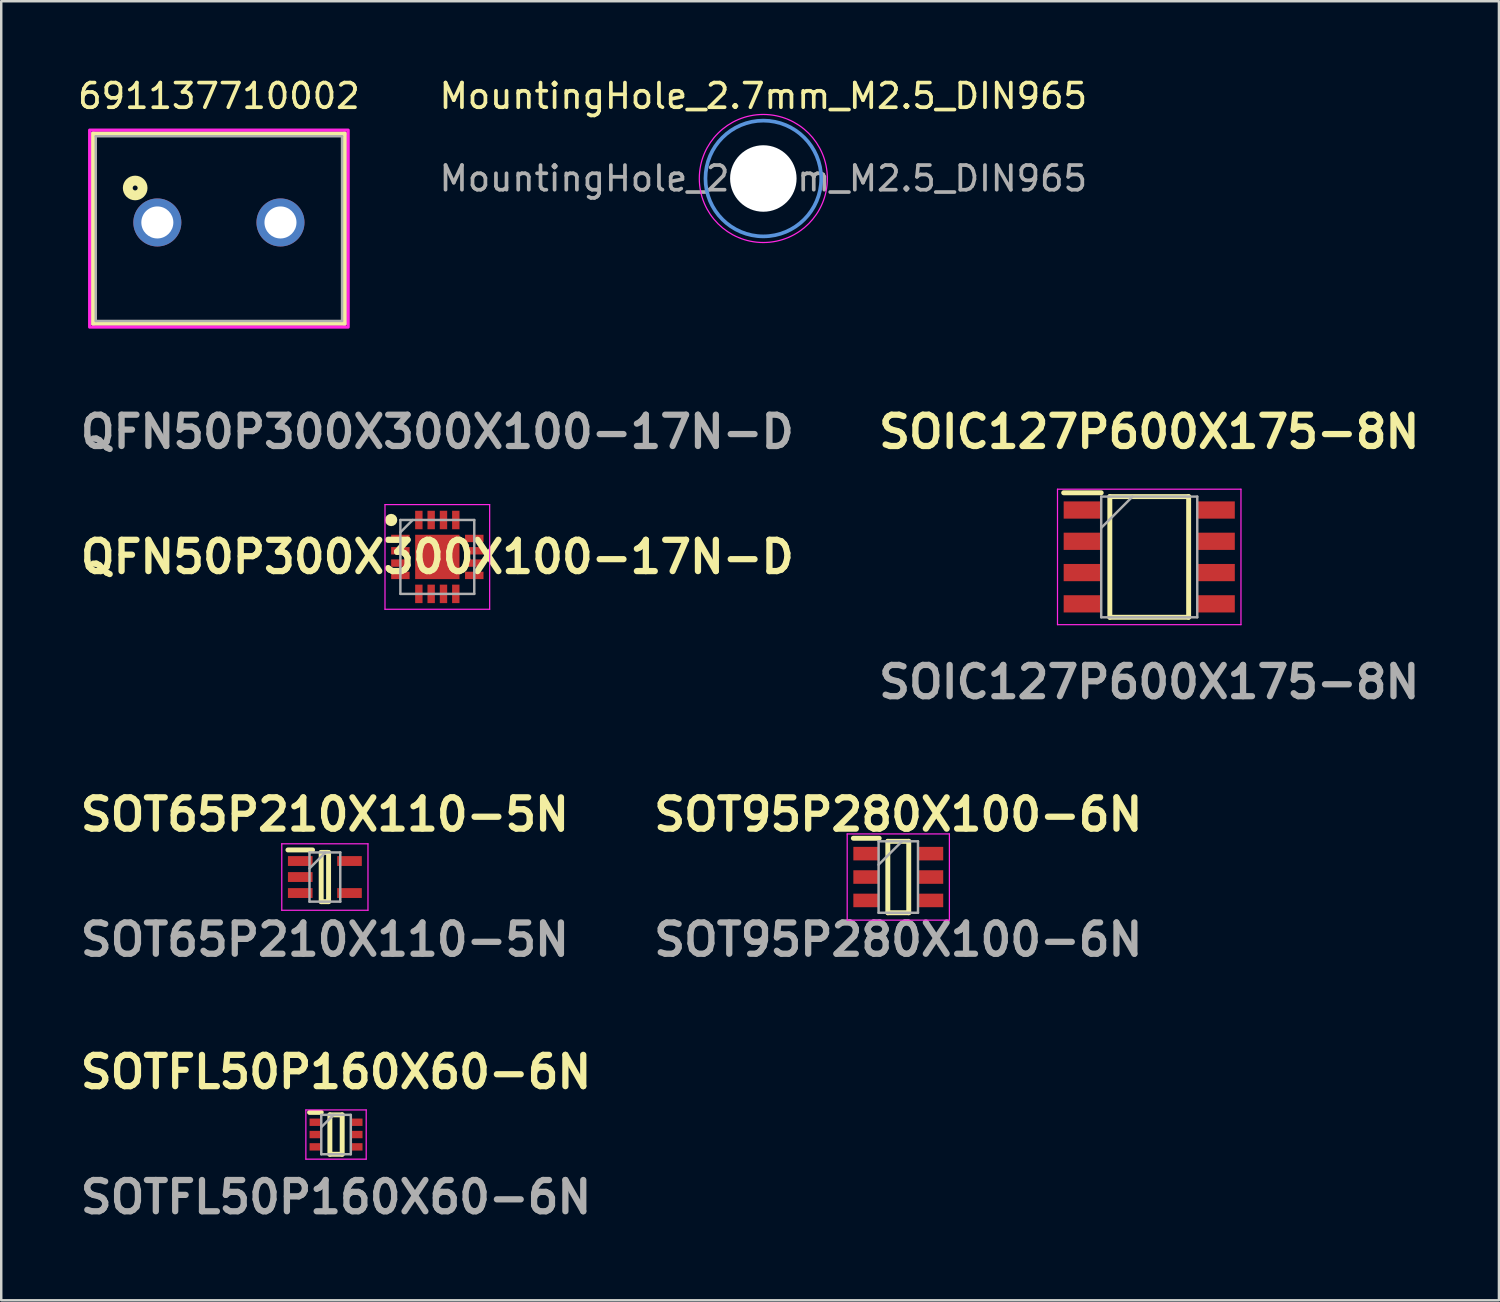
<source format=kicad_pcb>
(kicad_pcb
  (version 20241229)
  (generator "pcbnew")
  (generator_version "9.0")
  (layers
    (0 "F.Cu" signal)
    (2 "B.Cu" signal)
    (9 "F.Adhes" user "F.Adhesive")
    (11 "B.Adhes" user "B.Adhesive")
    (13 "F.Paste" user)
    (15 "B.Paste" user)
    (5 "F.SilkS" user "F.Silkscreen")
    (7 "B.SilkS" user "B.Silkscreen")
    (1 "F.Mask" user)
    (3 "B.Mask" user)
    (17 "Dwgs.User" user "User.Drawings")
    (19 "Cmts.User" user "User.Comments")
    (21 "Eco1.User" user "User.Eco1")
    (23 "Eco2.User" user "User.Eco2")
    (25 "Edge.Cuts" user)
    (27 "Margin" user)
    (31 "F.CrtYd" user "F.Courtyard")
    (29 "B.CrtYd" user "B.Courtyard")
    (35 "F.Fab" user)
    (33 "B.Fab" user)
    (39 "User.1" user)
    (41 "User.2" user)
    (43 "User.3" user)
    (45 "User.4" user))
  (footprint "691137710002"
    (layer "F.Cu")
    (at 5.839 5.983)
    (property "Reference" "691137710002" (at 0 -5.135 0) (layer "F.SilkS") (effects (font (size 1 1) (thickness 0.15))))
    (attr through_hole)
    (fp_line (start -5.1 -3.6) (end 5.1 -3.6) (stroke (width 0.2) (type solid)) (layer "F.SilkS"))
    (fp_line (start -5.1 4.1) (end -5.1 -3.6) (stroke (width 0.2) (type solid)) (layer "F.SilkS"))
    (fp_line (start 5.1 -3.6) (end 5.1 4.1) (stroke (width 0.2) (type solid)) (layer "F.SilkS"))
    (fp_line (start 5.1 4.1) (end -5.1 4.1) (stroke (width 0.2) (type solid)) (layer "F.SilkS"))
    (fp_circle (center -3.4 -1.4) (end -3.3 -1.4) (stroke (width 0.4) (type solid)) (fill no) (layer "F.SilkS"))
    (fp_poly (pts (xy -5.25 -3.75) (xy 5.25 -3.75) (xy 5.25 4.25) (xy -5.25 4.25)) (stroke (width 0.127) (type solid)) (fill no) (layer "F.CrtYd"))
    (fp_line (start -5 -3.5) (end 5 -3.5) (stroke (width 0.1) (type solid)) (layer "F.Fab"))
    (fp_line (start -5 4) (end -5 -3.5) (stroke (width 0.1) (type solid)) (layer "F.Fab"))
    (fp_line (start 5 -3.5) (end 5 4) (stroke (width 0.1) (type solid)) (layer "F.Fab"))
    (fp_line (start 5 4) (end -5 4) (stroke (width 0.1) (type solid)) (layer "F.Fab"))
    (pad "1" thru_hole circle (at -2.5 0) (size 1.95 1.95) (drill 1.3) (layers "*.Cu" "*.Mask"))
    (pad "2" thru_hole circle (at 2.5 0) (size 1.95 1.95) (drill 1.3) (layers "*.Cu" "*.Mask")))
  (footprint "QFN50P300X300X100-17N-D"
    (layer "F.Cu")
    (at 14.708 19.565)
    (property "Reference" "QFN50P300X300X100-17N-D" (at 0 0 0) (layer "F.SilkS") (effects (font (size 1.27 1.27) (thickness 0.254))))
    (attr smd)
    (fp_circle (center -1.875 -1.5) (end -1.875 -1.375) (stroke (width 0.25) (type solid)) (fill no) (layer "F.SilkS"))
    (fp_line (start -2.125 -2.125) (end 2.125 -2.125) (stroke (width 0.05) (type solid)) (layer "F.CrtYd"))
    (fp_line (start -2.125 2.125) (end -2.125 -2.125) (stroke (width 0.05) (type solid)) (layer "F.CrtYd"))
    (fp_line (start 2.125 -2.125) (end 2.125 2.125) (stroke (width 0.05) (type solid)) (layer "F.CrtYd"))
    (fp_line (start 2.125 2.125) (end -2.125 2.125) (stroke (width 0.05) (type solid)) (layer "F.CrtYd"))
    (fp_line (start -1.5 -1.5) (end 1.5 -1.5) (stroke (width 0.1) (type solid)) (layer "F.Fab"))
    (fp_line (start -1.5 -1) (end -1 -1.5) (stroke (width 0.1) (type solid)) (layer "F.Fab"))
    (fp_line (start -1.5 1.5) (end -1.5 -1.5) (stroke (width 0.1) (type solid)) (layer "F.Fab"))
    (fp_line (start 1.5 -1.5) (end 1.5 1.5) (stroke (width 0.1) (type solid)) (layer "F.Fab"))
    (fp_line (start 1.5 1.5) (end -1.5 1.5) (stroke (width 0.1) (type solid)) (layer "F.Fab"))
    (fp_text user "${REFERENCE}" (at 0 -5.08 0) (layer "F.Fab") (effects (font (size 1.27 1.27) (thickness 0.254))))
    (pad "1" smd rect (at -1.5 -0.75 90) (size 0.3 0.75) (layers "F.Cu" "F.Mask" "F.Paste"))
    (pad "2" smd rect (at -1.5 -0.25 90) (size 0.3 0.75) (layers "F.Cu" "F.Mask" "F.Paste"))
    (pad "3" smd rect (at -1.5 0.25 90) (size 0.3 0.75) (layers "F.Cu" "F.Mask" "F.Paste"))
    (pad "4" smd rect (at -1.5 0.75 90) (size 0.3 0.75) (layers "F.Cu" "F.Mask" "F.Paste"))
    (pad "5" smd rect (at -0.75 1.5) (size 0.3 0.75) (layers "F.Cu" "F.Mask" "F.Paste"))
    (pad "6" smd rect (at -0.25 1.5) (size 0.3 0.75) (layers "F.Cu" "F.Mask" "F.Paste"))
    (pad "7" smd rect (at 0.25 1.5) (size 0.3 0.75) (layers "F.Cu" "F.Mask" "F.Paste"))
    (pad "8" smd rect (at 0.75 1.5) (size 0.3 0.75) (layers "F.Cu" "F.Mask" "F.Paste"))
    (pad "9" smd rect (at 1.5 0.75 90) (size 0.3 0.75) (layers "F.Cu" "F.Mask" "F.Paste"))
    (pad "10" smd rect (at 1.5 0.25 90) (size 0.3 0.75) (layers "F.Cu" "F.Mask" "F.Paste"))
    (pad "11" smd rect (at 1.5 -0.25 90) (size 0.3 0.75) (layers "F.Cu" "F.Mask" "F.Paste"))
    (pad "12" smd rect (at 1.5 -0.75 90) (size 0.3 0.75) (layers "F.Cu" "F.Mask" "F.Paste"))
    (pad "13" smd rect (at 0.75 -1.5) (size 0.3 0.75) (layers "F.Cu" "F.Mask" "F.Paste"))
    (pad "14" smd rect (at 0.25 -1.5) (size 0.3 0.75) (layers "F.Cu" "F.Mask" "F.Paste"))
    (pad "15" smd rect (at -0.25 -1.5) (size 0.3 0.75) (layers "F.Cu" "F.Mask" "F.Paste"))
    (pad "16" smd rect (at -0.75 -1.5) (size 0.3 0.75) (layers "F.Cu" "F.Mask" "F.Paste"))
    (pad "17" smd rect (at 0 0) (size 1.8 1.8) (layers "F.Cu" "F.Mask" "F.Paste")))
  (footprint "SOIC127P600X175-8N"
    (layer "F.Cu")
    (at 43.616 19.565)
    (property "Reference" "SOIC127P600X175-8N" (at 0 -5.08 0) (layer "F.SilkS") (effects (font (size 1.27 1.27) (thickness 0.254))))
    (attr smd)
    (fp_line (start -3.475 -2.605) (end -1.95 -2.605) (stroke (width 0.2) (type solid)) (layer "F.SilkS"))
    (fp_line (start -1.6 -2.45) (end 1.6 -2.45) (stroke (width 0.2) (type solid)) (layer "F.SilkS"))
    (fp_line (start -1.6 2.45) (end -1.6 -2.45) (stroke (width 0.2) (type solid)) (layer "F.SilkS"))
    (fp_line (start 1.6 -2.45) (end 1.6 2.45) (stroke (width 0.2) (type solid)) (layer "F.SilkS"))
    (fp_line (start 1.6 2.45) (end -1.6 2.45) (stroke (width 0.2) (type solid)) (layer "F.SilkS"))
    (fp_line (start -3.725 -2.75) (end 3.725 -2.75) (stroke (width 0.05) (type solid)) (layer "F.CrtYd"))
    (fp_line (start -3.725 2.75) (end -3.725 -2.75) (stroke (width 0.05) (type solid)) (layer "F.CrtYd"))
    (fp_line (start 3.725 -2.75) (end 3.725 2.75) (stroke (width 0.05) (type solid)) (layer "F.CrtYd"))
    (fp_line (start 3.725 2.75) (end -3.725 2.75) (stroke (width 0.05) (type solid)) (layer "F.CrtYd"))
    (fp_line (start -1.95 -2.45) (end 1.95 -2.45) (stroke (width 0.1) (type solid)) (layer "F.Fab"))
    (fp_line (start -1.95 -1.18) (end -0.68 -2.45) (stroke (width 0.1) (type solid)) (layer "F.Fab"))
    (fp_line (start -1.95 2.45) (end -1.95 -2.45) (stroke (width 0.1) (type solid)) (layer "F.Fab"))
    (fp_line (start 1.95 -2.45) (end 1.95 2.45) (stroke (width 0.1) (type solid)) (layer "F.Fab"))
    (fp_line (start 1.95 2.45) (end -1.95 2.45) (stroke (width 0.1) (type solid)) (layer "F.Fab"))
    (fp_text user "${REFERENCE}" (at 0 5.08 0) (layer "F.Fab") (effects (font (size 1.27 1.27) (thickness 0.254))))
    (pad "1" smd rect (at -2.712 -1.905 90) (size 0.7 1.525) (layers "F.Cu" "F.Mask" "F.Paste"))
    (pad "2" smd rect (at -2.712 -0.635 90) (size 0.7 1.525) (layers "F.Cu" "F.Mask" "F.Paste"))
    (pad "3" smd rect (at -2.712 0.635 90) (size 0.7 1.525) (layers "F.Cu" "F.Mask" "F.Paste"))
    (pad "4" smd rect (at -2.712 1.905 90) (size 0.7 1.525) (layers "F.Cu" "F.Mask" "F.Paste"))
    (pad "5" smd rect (at 2.712 1.905 90) (size 0.7 1.525) (layers "F.Cu" "F.Mask" "F.Paste"))
    (pad "6" smd rect (at 2.712 0.635 90) (size 0.7 1.525) (layers "F.Cu" "F.Mask" "F.Paste"))
    (pad "7" smd rect (at 2.712 -0.635 90) (size 0.7 1.525) (layers "F.Cu" "F.Mask" "F.Paste"))
    (pad "8" smd rect (at 2.712 -1.905 90) (size 0.7 1.525) (layers "F.Cu" "F.Mask" "F.Paste")))
  (footprint "SOT95P280X100-6N"
    (layer "F.Cu")
    (at 33.426 32.563)
    (property "Reference" "SOT95P280X100-6N" (at 0 -2.54 0) (layer "F.SilkS") (effects (font (size 1.27 1.27) (thickness 0.254))))
    (attr smd)
    (fp_line (start -1.825 -1.575) (end -0.775 -1.575) (stroke (width 0.2) (type solid)) (layer "F.SilkS"))
    (fp_line (start -0.425 -1.45) (end 0.425 -1.45) (stroke (width 0.2) (type solid)) (layer "F.SilkS"))
    (fp_line (start -0.425 1.45) (end -0.425 -1.45) (stroke (width 0.2) (type solid)) (layer "F.SilkS"))
    (fp_line (start 0.425 -1.45) (end 0.425 1.45) (stroke (width 0.2) (type solid)) (layer "F.SilkS"))
    (fp_line (start 0.425 1.45) (end -0.425 1.45) (stroke (width 0.2) (type solid)) (layer "F.SilkS"))
    (fp_line (start -2.075 -1.75) (end 2.075 -1.75) (stroke (width 0.05) (type solid)) (layer "F.CrtYd"))
    (fp_line (start -2.075 1.75) (end -2.075 -1.75) (stroke (width 0.05) (type solid)) (layer "F.CrtYd"))
    (fp_line (start 2.075 -1.75) (end 2.075 1.75) (stroke (width 0.05) (type solid)) (layer "F.CrtYd"))
    (fp_line (start 2.075 1.75) (end -2.075 1.75) (stroke (width 0.05) (type solid)) (layer "F.CrtYd"))
    (fp_line (start -0.8 -1.45) (end 0.8 -1.45) (stroke (width 0.1) (type solid)) (layer "F.Fab"))
    (fp_line (start -0.8 -0.5) (end 0.15 -1.45) (stroke (width 0.1) (type solid)) (layer "F.Fab"))
    (fp_line (start -0.8 1.45) (end -0.8 -1.45) (stroke (width 0.1) (type solid)) (layer "F.Fab"))
    (fp_line (start 0.8 -1.45) (end 0.8 1.45) (stroke (width 0.1) (type solid)) (layer "F.Fab"))
    (fp_line (start 0.8 1.45) (end -0.8 1.45) (stroke (width 0.1) (type solid)) (layer "F.Fab"))
    (fp_text user "${REFERENCE}" (at 0 2.54 0) (layer "F.Fab") (effects (font (size 1.27 1.27) (thickness 0.254))))
    (pad "1" smd rect (at -1.3 -0.95 90) (size 0.55 1.05) (layers "F.Cu" "F.Mask" "F.Paste"))
    (pad "2" smd rect (at -1.3 0 90) (size 0.55 1.05) (layers "F.Cu" "F.Mask" "F.Paste"))
    (pad "3" smd rect (at -1.3 0.95 90) (size 0.55 1.05) (layers "F.Cu" "F.Mask" "F.Paste"))
    (pad "4" smd rect (at 1.3 0.95 90) (size 0.55 1.05) (layers "F.Cu" "F.Mask" "F.Paste"))
    (pad "5" smd rect (at 1.3 0 90) (size 0.55 1.05) (layers "F.Cu" "F.Mask" "F.Paste"))
    (pad "6" smd rect (at 1.3 -0.95 90) (size 0.55 1.05) (layers "F.Cu" "F.Mask" "F.Paste")))
  (footprint "MountingHole_2.7mm_M2.5_DIN965"
    (layer "F.Cu")
    (at 27.946 4.198)
    (property "Reference" "MountingHole_2.7mm_M2.5_DIN965" (at 0 -3.35 0) (layer "F.SilkS") (effects (font (size 1 1) (thickness 0.15))))
    (attr exclude_from_pos_files exclude_from_bom)
    (fp_circle (center 0 0) (end 2.35 0) (stroke (width 0.15) (type solid)) (fill no) (layer "Cmts.User"))
    (fp_circle (center 0 0) (end 2.6 0) (stroke (width 0.05) (type solid)) (fill no) (layer "F.CrtYd"))
    (fp_text user "${REFERENCE}" (at 0 0 0) (layer "F.Fab") (effects (font (size 1 1) (thickness 0.15))))
    (pad "" np_thru_hole circle (at 0 0) (size 2.7 2.7) (drill 2.7) (layers "*.Cu" "*.Mask")))
  (footprint "SOTFL50P160X60-6N"
    (layer "F.Cu")
    (at 10.595 43.02)
    (property "Reference" "SOTFL50P160X60-6N" (at 0 -2.54 0) (layer "F.SilkS") (effects (font (size 1.27 1.27) (thickness 0.254))))
    (attr smd)
    (fp_line (start -1.075 -0.9) (end -0.6 -0.9) (stroke (width 0.2) (type solid)) (layer "F.SilkS"))
    (fp_line (start -0.25 -0.8) (end 0.25 -0.8) (stroke (width 0.2) (type solid)) (layer "F.SilkS"))
    (fp_line (start -0.25 0.8) (end -0.25 -0.8) (stroke (width 0.2) (type solid)) (layer "F.SilkS"))
    (fp_line (start 0.25 -0.8) (end 0.25 0.8) (stroke (width 0.2) (type solid)) (layer "F.SilkS"))
    (fp_line (start 0.25 0.8) (end -0.25 0.8) (stroke (width 0.2) (type solid)) (layer "F.SilkS"))
    (fp_line (start -1.225 -1) (end 1.225 -1) (stroke (width 0.05) (type solid)) (layer "F.CrtYd"))
    (fp_line (start -1.225 1) (end -1.225 -1) (stroke (width 0.05) (type solid)) (layer "F.CrtYd"))
    (fp_line (start 1.225 -1) (end 1.225 1) (stroke (width 0.05) (type solid)) (layer "F.CrtYd"))
    (fp_line (start 1.225 1) (end -1.225 1) (stroke (width 0.05) (type solid)) (layer "F.CrtYd"))
    (fp_line (start -0.6 -0.8) (end 0.6 -0.8) (stroke (width 0.1) (type solid)) (layer "F.Fab"))
    (fp_line (start -0.6 -0.3) (end -0.1 -0.8) (stroke (width 0.1) (type solid)) (layer "F.Fab"))
    (fp_line (start -0.6 0.8) (end -0.6 -0.8) (stroke (width 0.1) (type solid)) (layer "F.Fab"))
    (fp_line (start 0.6 -0.8) (end 0.6 0.8) (stroke (width 0.1) (type solid)) (layer "F.Fab"))
    (fp_line (start 0.6 0.8) (end -0.6 0.8) (stroke (width 0.1) (type solid)) (layer "F.Fab"))
    (fp_text user "${REFERENCE}" (at 0 2.54 0) (layer "F.Fab") (effects (font (size 1.27 1.27) (thickness 0.254))))
    (pad "1" smd rect (at -0.838 -0.5 90) (size 0.3 0.475) (layers "F.Cu" "F.Mask" "F.Paste"))
    (pad "2" smd rect (at -0.838 0 90) (size 0.3 0.475) (layers "F.Cu" "F.Mask" "F.Paste"))
    (pad "3" smd rect (at -0.838 0.5 90) (size 0.3 0.475) (layers "F.Cu" "F.Mask" "F.Paste"))
    (pad "4" smd rect (at 0.838 0.5 90) (size 0.3 0.475) (layers "F.Cu" "F.Mask" "F.Paste"))
    (pad "5" smd rect (at 0.838 0 90) (size 0.3 0.475) (layers "F.Cu" "F.Mask" "F.Paste"))
    (pad "6" smd rect (at 0.838 -0.5 90) (size 0.3 0.475) (layers "F.Cu" "F.Mask" "F.Paste")))
  (footprint "SOT65P210X110-5N"
    (layer "F.Cu")
    (at 10.142 32.563)
    (property "Reference" "SOT65P210X110-5N" (at 0 -2.54 0) (layer "F.SilkS") (effects (font (size 1.27 1.27) (thickness 0.254))))
    (attr smd)
    (fp_line (start -1.5 -1.1) (end -0.5 -1.1) (stroke (width 0.2) (type solid)) (layer "F.SilkS"))
    (fp_line (start -0.15 -1) (end 0.15 -1) (stroke (width 0.2) (type solid)) (layer "F.SilkS"))
    (fp_line (start -0.15 1) (end -0.15 -1) (stroke (width 0.2) (type solid)) (layer "F.SilkS"))
    (fp_line (start 0.15 -1) (end 0.15 1) (stroke (width 0.2) (type solid)) (layer "F.SilkS"))
    (fp_line (start 0.15 1) (end -0.15 1) (stroke (width 0.2) (type solid)) (layer "F.SilkS"))
    (fp_line (start -1.75 -1.35) (end 1.75 -1.35) (stroke (width 0.05) (type solid)) (layer "F.CrtYd"))
    (fp_line (start -1.75 1.35) (end -1.75 -1.35) (stroke (width 0.05) (type solid)) (layer "F.CrtYd"))
    (fp_line (start 1.75 -1.35) (end 1.75 1.35) (stroke (width 0.05) (type solid)) (layer "F.CrtYd"))
    (fp_line (start 1.75 1.35) (end -1.75 1.35) (stroke (width 0.05) (type solid)) (layer "F.CrtYd"))
    (fp_line (start -0.625 -1) (end 0.625 -1) (stroke (width 0.1) (type solid)) (layer "F.Fab"))
    (fp_line (start -0.625 -0.35) (end 0.025 -1) (stroke (width 0.1) (type solid)) (layer "F.Fab"))
    (fp_line (start -0.625 1) (end -0.625 -1) (stroke (width 0.1) (type solid)) (layer "F.Fab"))
    (fp_line (start 0.625 -1) (end 0.625 1) (stroke (width 0.1) (type solid)) (layer "F.Fab"))
    (fp_line (start 0.625 1) (end -0.625 1) (stroke (width 0.1) (type solid)) (layer "F.Fab"))
    (fp_text user "${REFERENCE}" (at 0 2.54 0) (layer "F.Fab") (effects (font (size 1.27 1.27) (thickness 0.254))))
    (pad "1" smd rect (at -1 -0.65 90) (size 0.4 1) (layers "F.Cu" "F.Mask" "F.Paste"))
    (pad "2" smd rect (at -1 0 90) (size 0.4 1) (layers "F.Cu" "F.Mask" "F.Paste"))
    (pad "3" smd rect (at -1 0.65 90) (size 0.4 1) (layers "F.Cu" "F.Mask" "F.Paste"))
    (pad "4" smd rect (at 1 0.65 90) (size 0.4 1) (layers "F.Cu" "F.Mask" "F.Paste"))
    (pad "5" smd rect (at 1 -0.65 90) (size 0.4 1) (layers "F.Cu" "F.Mask" "F.Paste")))
  (gr_rect
    (start -3 -3)
    (end 57.816 49.749)
    (stroke (width 0.1) (type default))
    (fill no)
    (layer "Edge.Cuts")))
</source>
